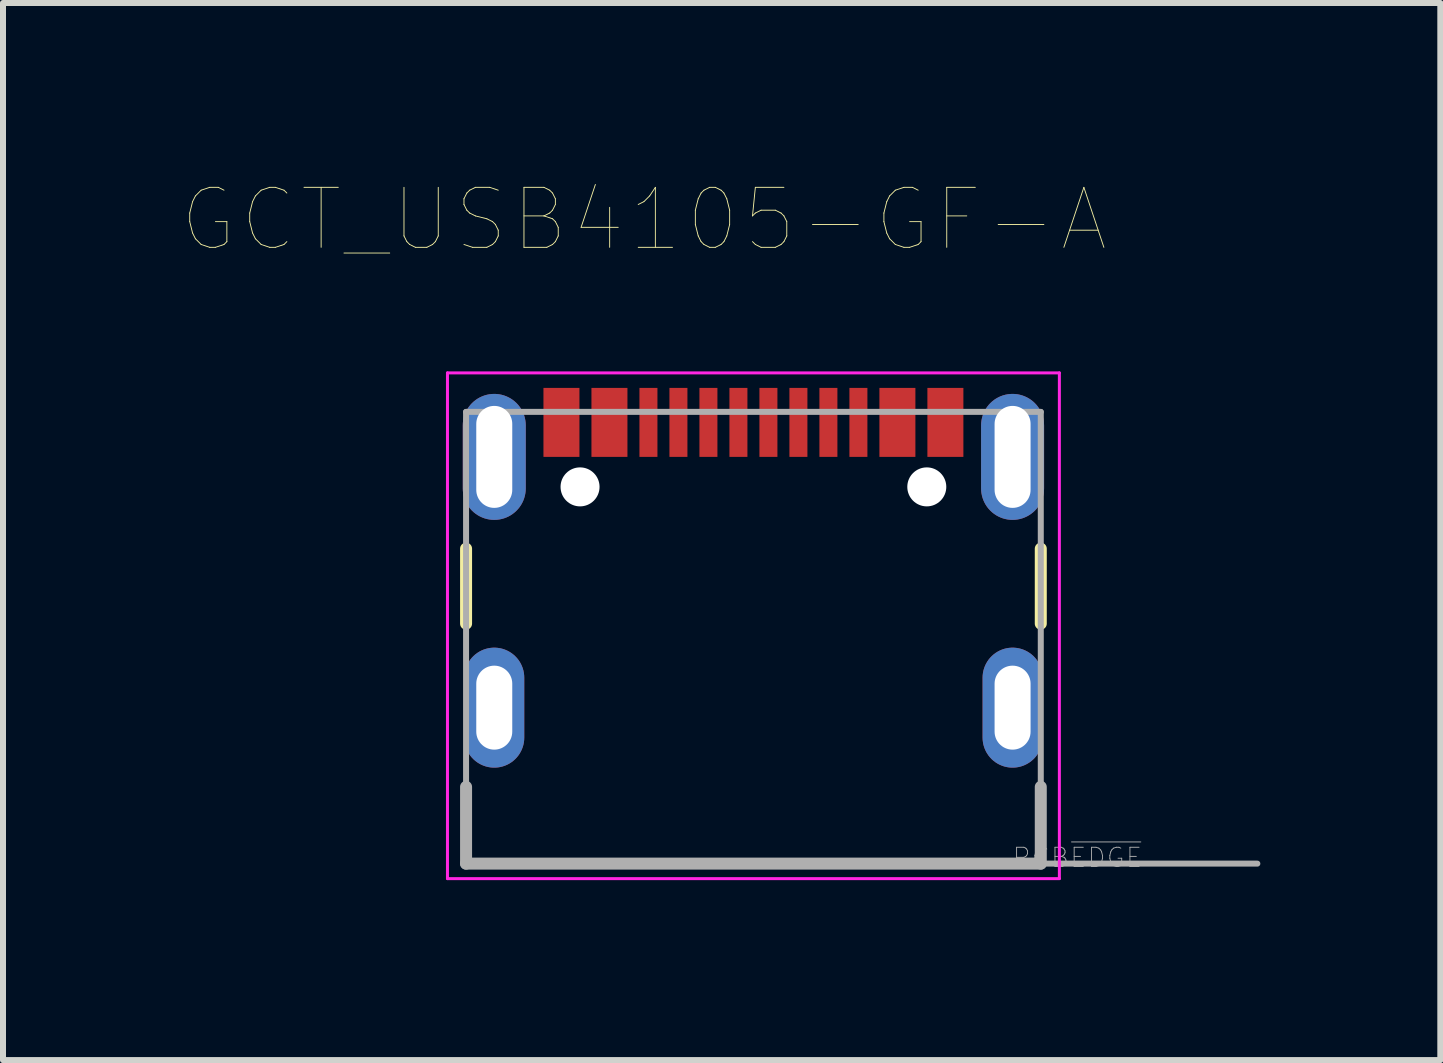
<source format=kicad_pcb>
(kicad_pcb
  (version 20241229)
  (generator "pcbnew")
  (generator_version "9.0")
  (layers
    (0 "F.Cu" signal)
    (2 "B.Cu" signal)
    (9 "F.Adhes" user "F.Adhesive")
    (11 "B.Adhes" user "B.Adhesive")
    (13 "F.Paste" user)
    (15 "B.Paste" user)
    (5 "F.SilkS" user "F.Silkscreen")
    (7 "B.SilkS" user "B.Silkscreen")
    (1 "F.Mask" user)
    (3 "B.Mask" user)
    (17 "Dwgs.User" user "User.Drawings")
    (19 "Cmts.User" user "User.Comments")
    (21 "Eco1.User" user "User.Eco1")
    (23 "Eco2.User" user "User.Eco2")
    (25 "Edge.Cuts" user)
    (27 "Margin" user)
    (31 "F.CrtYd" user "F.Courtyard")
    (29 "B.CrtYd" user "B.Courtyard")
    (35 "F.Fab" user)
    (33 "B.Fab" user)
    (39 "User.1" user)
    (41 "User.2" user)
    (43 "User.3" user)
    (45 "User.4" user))
  (footprint "GCT_USB4105-GF-A"
    (layer "F.Cu")
    (at 9.509 8.746)
    (property "Reference" "GCT_USB4105-GF-A" (at -1.825 -8.135 0) (layer "F.SilkS") (effects (font (size 1 1) (thickness 0.015))))
    (attr smd)
    (fp_line (start -4.79 -2.65) (end -4.79 -1.4) (stroke (width 0.2) (type solid)) (layer "F.SilkS"))
    (fp_line (start 4.79 -2.65) (end 4.79 -1.4) (stroke (width 0.2) (type solid)) (layer "F.SilkS"))
    (fp_line (start -5.1 -5.58) (end -5.1 2.85) (stroke (width 0.05) (type solid)) (layer "F.CrtYd"))
    (fp_line (start -5.1 2.85) (end 5.1 2.85) (stroke (width 0.05) (type solid)) (layer "F.CrtYd"))
    (fp_line (start 5.1 -5.58) (end -5.1 -5.58) (stroke (width 0.05) (type solid)) (layer "F.CrtYd"))
    (fp_line (start 5.1 2.85) (end 5.1 -5.58) (stroke (width 0.05) (type solid)) (layer "F.CrtYd"))
    (fp_line (start -4.79 -4.93) (end 4.79 -4.93) (stroke (width 0.1) (type solid)) (layer "F.Fab"))
    (fp_line (start -4.79 1.32) (end -4.79 2.6) (stroke (width 0.2) (type solid)) (layer "F.Fab"))
    (fp_line (start -4.79 2.6) (end -4.79 -4.93) (stroke (width 0.1) (type solid)) (layer "F.Fab"))
    (fp_line (start -4.79 2.6) (end 4.79 2.6) (stroke (width 0.2) (type solid)) (layer "F.Fab"))
    (fp_line (start 4.79 -4.93) (end 4.79 2.6) (stroke (width 0.1) (type solid)) (layer "F.Fab"))
    (fp_line (start 4.79 2.6) (end -4.79 2.6) (stroke (width 0.1) (type solid)) (layer "F.Fab"))
    (fp_line (start 4.79 2.6) (end 4.79 1.32) (stroke (width 0.2) (type solid)) (layer "F.Fab"))
    (fp_line (start 4.8 2.6) (end 8.4 2.6) (stroke (width 0.1) (type solid)) (layer "F.Fab"))
    (fp_text user "PCB~{EDGE}" (at 5.4 2.5 0) (layer "F.Fab") (effects (font (size 0.32 0.32) (thickness 0.015))))
    (pad "" np_thru_hole circle (at -2.89 -3.68) (size 0.65 0.65) (drill 0.65) (layers "*.Cu" "*.Mask"))
    (pad "" np_thru_hole circle (at 2.89 -3.68) (size 0.65 0.65) (drill 0.65) (layers "*.Cu" "*.Mask"))
    (pad "A1_B12" smd rect (at -3.2 -4.755) (size 0.6 1.15) (layers "F.Cu" "F.Mask" "F.Paste"))
    (pad "A4_B9" smd rect (at -2.4 -4.755) (size 0.6 1.15) (layers "F.Cu" "F.Mask" "F.Paste"))
    (pad "A5" smd rect (at -1.25 -4.755) (size 0.3 1.15) (layers "F.Cu" "F.Mask" "F.Paste"))
    (pad "A6" smd rect (at -0.25 -4.755) (size 0.3 1.15) (layers "F.Cu" "F.Mask" "F.Paste"))
    (pad "A7" smd rect (at 0.25 -4.755) (size 0.3 1.15) (layers "F.Cu" "F.Mask" "F.Paste"))
    (pad "A8" smd rect (at 1.25 -4.755) (size 0.3 1.15) (layers "F.Cu" "F.Mask" "F.Paste"))
    (pad "B1_A12" smd rect (at 3.2 -4.755) (size 0.6 1.15) (layers "F.Cu" "F.Mask" "F.Paste"))
    (pad "B4_A9" smd rect (at 2.4 -4.755) (size 0.6 1.15) (layers "F.Cu" "F.Mask" "F.Paste"))
    (pad "B5" smd rect (at 1.75 -4.755) (size 0.3 1.15) (layers "F.Cu" "F.Mask" "F.Paste"))
    (pad "B6" smd rect (at 0.75 -4.755) (size 0.3 1.15) (layers "F.Cu" "F.Mask" "F.Paste"))
    (pad "B7" smd rect (at -0.75 -4.755) (size 0.3 1.15) (layers "F.Cu" "F.Mask" "F.Paste"))
    (pad "B8" smd rect (at -1.75 -4.755) (size 0.3 1.15) (layers "F.Cu" "F.Mask" "F.Paste"))
    (pad "S1" thru_hole oval (at -4.32 -4.18) (size 1.05 2.1) (drill oval 0.6 1.7) (layers "*.Cu" "*.Mask"))
    (pad "S2" thru_hole oval (at -4.32 0) (size 1 2) (drill oval 0.6 1.4) (layers "*.Cu" "*.Mask"))
    (pad "S3" thru_hole oval (at 4.32 0) (size 1 2) (drill oval 0.6 1.4) (layers "*.Cu" "*.Mask"))
    (pad "S4" thru_hole oval (at 4.32 -4.18) (size 1.05 2.1) (drill oval 0.6 1.7) (layers "*.Cu" "*.Mask")))
  (gr_rect
    (start -3 -3)
    (end 20.959 14.621)
    (stroke (width 0.1) (type default))
    (fill no)
    (layer "Edge.Cuts")))
</source>
